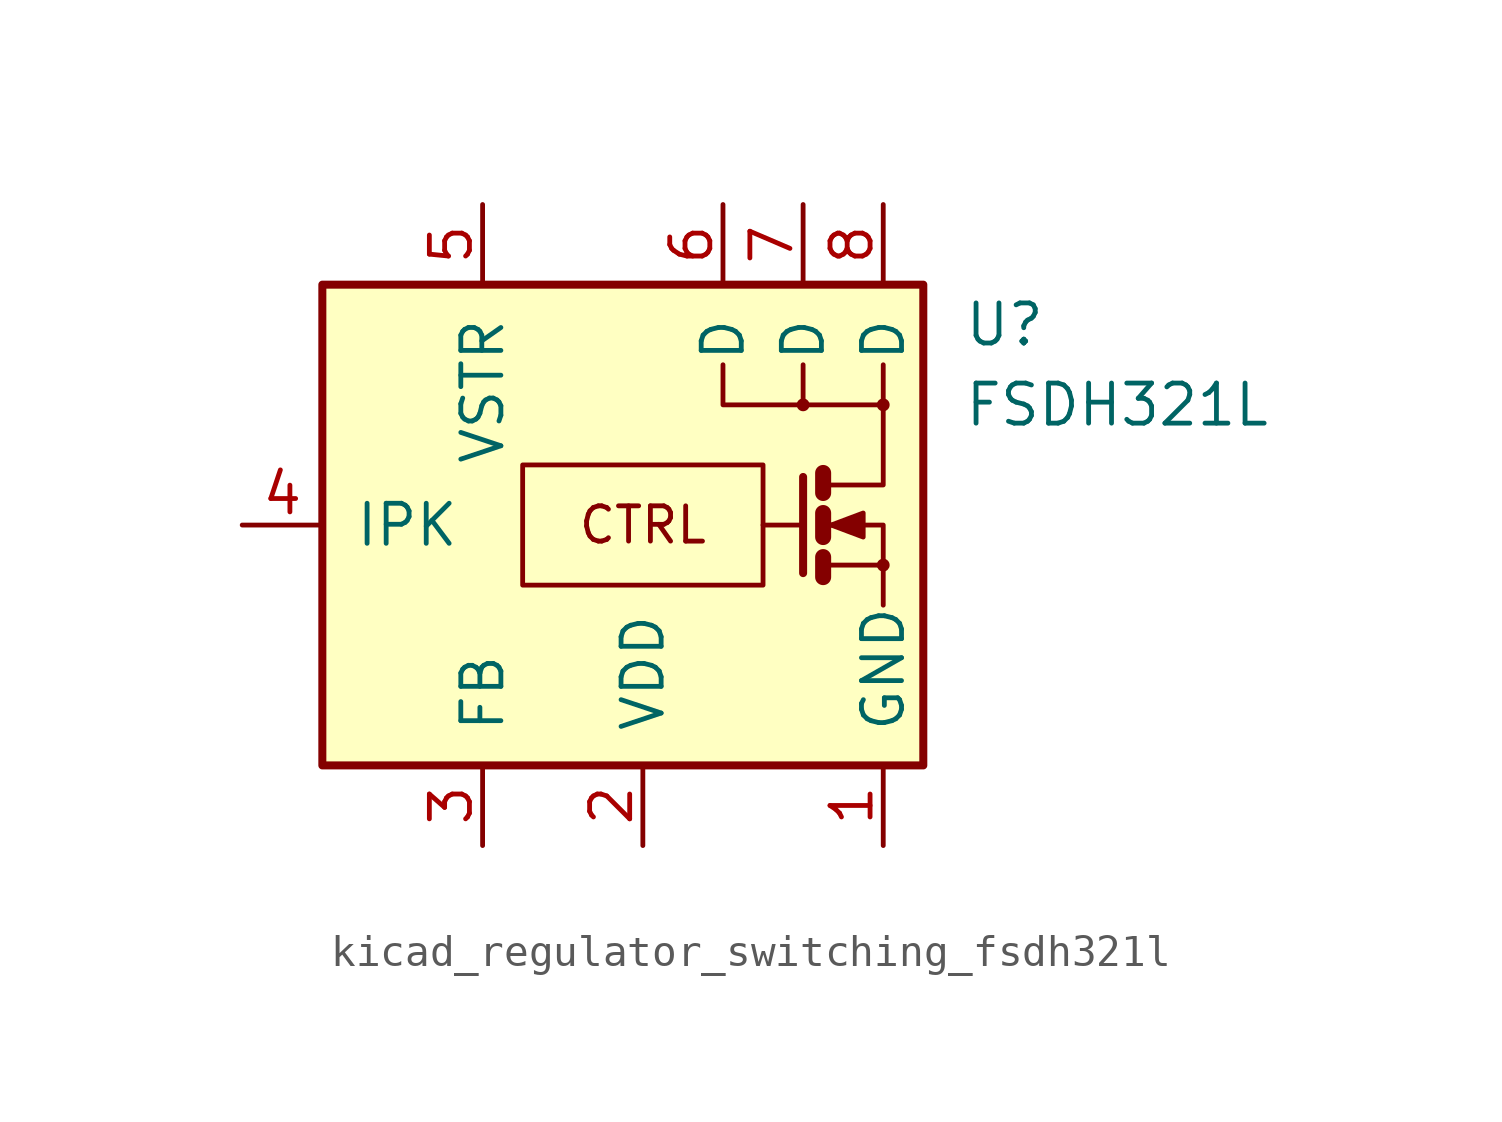
<source format=kicad_sym>
(kicad_symbol_lib
  (version 20220914)
  (generator kicad_symbol_editor)
  (symbol "kicad_regulator_switching_fsdh321l"
    (pin_names
      (offset 1.016))
    (property "Reference" "U"
      (at 10.16 6.35 0)
      (effects (font (size 1.27 1.27)) (justify left)))
    (property "Value" "FSDH321L"
      (at 10.16 3.81 0)
      (effects (font (size 1.27 1.27)) (justify left)))
    (symbol "kicad_regulator_switching_fsdh321l_0_0"
      (rectangle (start -10.16 7.62) (end 8.89 -7.62) (stroke (width 0.254) (type default)) (fill (type background)))
      (circle (center 5.08 3.81) (radius 0.127) (stroke (width 0) (type default)) (fill (type none)))
      (circle (center 7.62 -1.27) (radius 0.127) (stroke (width 0) (type default)) (fill (type none)))
      (circle (center 7.62 3.81) (radius 0.127) (stroke (width 0) (type default)) (fill (type none)))
      (text "CTRL" (at 0 0 0) (effects (font (size 1.118 1.118)))))
    (symbol "kicad_regulator_switching_fsdh321l_0_1"
      (rectangle (start -3.81 1.905) (end 3.81 -1.905) (stroke (width 0) (type default)) (fill (type none)))
      (polyline (pts (xy 5.08 0) (xy 3.81 0)) (stroke (width 0) (type default)) (fill (type none)))
      (polyline (pts (xy 5.08 3.81) (xy 5.08 5.08)) (stroke (width 0) (type default)) (fill (type none)))
      (polyline (pts (xy 5.715 -1.016) (xy 5.715 -1.651)) (stroke (width 0.508) (type default)) (fill (type none)))
      (polyline (pts (xy 5.715 0.381) (xy 5.715 -0.381)) (stroke (width 0.508) (type default)) (fill (type none)))
      (polyline (pts (xy 5.715 1.651) (xy 5.715 1.016)) (stroke (width 0.508) (type default)) (fill (type none)))
      (polyline (pts (xy 5.08 1.524) (xy 5.08 -1.524) (xy 5.08 -1.524)) (stroke (width 0.254) (type default)) (fill (type none)))
      (polyline (pts (xy 5.715 -1.27) (xy 7.62 -1.27) (xy 7.62 -2.54)) (stroke (width 0) (type default)) (fill (type none)))
      (polyline (pts (xy 7.62 3.81) (xy 2.54 3.81) (xy 2.54 5.08)) (stroke (width 0) (type default)) (fill (type none)))
      (polyline (pts (xy 5.715 1.27) (xy 6.731 1.27) (xy 7.62 1.27) (xy 7.62 5.08)) (stroke (width 0) (type default)) (fill (type none)))
      (polyline (pts (xy 5.842 0) (xy 6.35 0) (xy 7.62 0) (xy 7.62 -1.27) (xy 7.62 -1.27)) (stroke (width 0) (type default)) (fill (type none)))
      (polyline (pts (xy 5.969 0) (xy 6.985 0.381) (xy 6.985 -0.381) (xy 5.969 0) (xy 6.096 0) (xy 6.096 0)) (stroke (width 0) (type default)) (fill (type outline))))
    (symbol "kicad_regulator_switching_fsdh321l_1_1"
      (pin power_in line (at 7.62 -10.16 90) (length 2.54) (name "GND" (effects (font (size 1.27 1.27)))) (number "1" (effects (font (size 1.27 1.27)))))
      (pin power_in line (at 0 -10.16 90) (length 2.54) (name "VDD" (effects (font (size 1.27 1.27)))) (number "2" (effects (font (size 1.27 1.27)))))
      (pin input line (at -5.08 -10.16 90) (length 2.54) (name "FB" (effects (font (size 1.27 1.27)))) (number "3" (effects (font (size 1.27 1.27)))))
      (pin passive line (at -12.7 0 0) (length 2.54) (name "IPK" (effects (font (size 1.27 1.27)))) (number "4" (effects (font (size 1.27 1.27)))))
      (pin passive line (at -5.08 10.16 270) (length 2.54) (name "VSTR" (effects (font (size 1.27 1.27)))) (number "5" (effects (font (size 1.27 1.27)))))
      (pin passive line (at 2.54 10.16 270) (length 2.54) (name "D" (effects (font (size 1.27 1.27)))) (number "6" (effects (font (size 1.27 1.27)))))
      (pin passive line (at 5.08 10.16 270) (length 2.54) (name "D" (effects (font (size 1.27 1.27)))) (number "7" (effects (font (size 1.27 1.27)))))
      (pin passive line (at 7.62 10.16 270) (length 2.54) (name "D" (effects (font (size 1.27 1.27)))) (number "8" (effects (font (size 1.27 1.27))))))))
</source>
